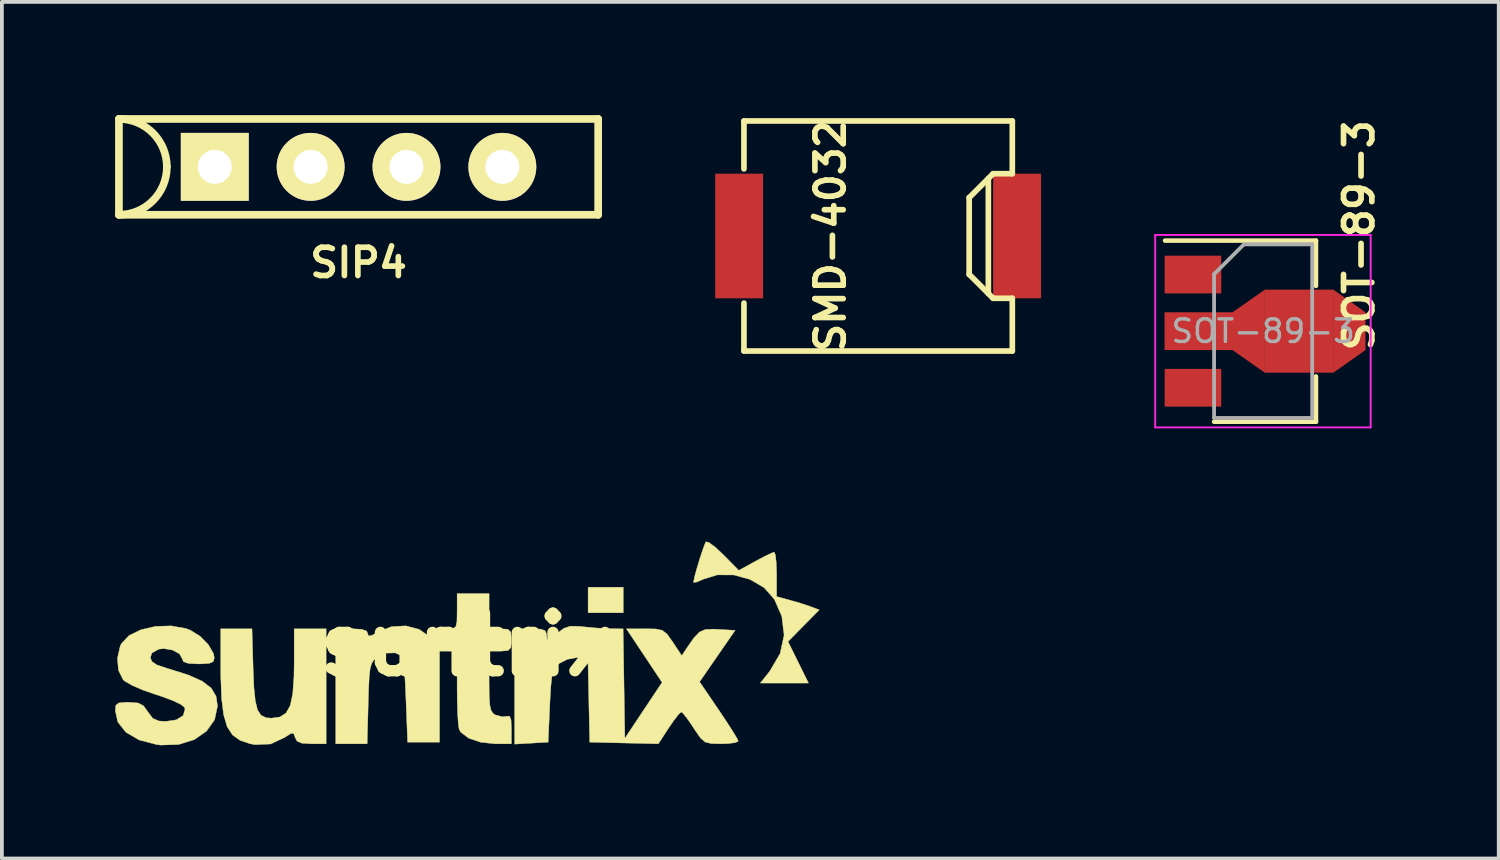
<source format=kicad_pcb>
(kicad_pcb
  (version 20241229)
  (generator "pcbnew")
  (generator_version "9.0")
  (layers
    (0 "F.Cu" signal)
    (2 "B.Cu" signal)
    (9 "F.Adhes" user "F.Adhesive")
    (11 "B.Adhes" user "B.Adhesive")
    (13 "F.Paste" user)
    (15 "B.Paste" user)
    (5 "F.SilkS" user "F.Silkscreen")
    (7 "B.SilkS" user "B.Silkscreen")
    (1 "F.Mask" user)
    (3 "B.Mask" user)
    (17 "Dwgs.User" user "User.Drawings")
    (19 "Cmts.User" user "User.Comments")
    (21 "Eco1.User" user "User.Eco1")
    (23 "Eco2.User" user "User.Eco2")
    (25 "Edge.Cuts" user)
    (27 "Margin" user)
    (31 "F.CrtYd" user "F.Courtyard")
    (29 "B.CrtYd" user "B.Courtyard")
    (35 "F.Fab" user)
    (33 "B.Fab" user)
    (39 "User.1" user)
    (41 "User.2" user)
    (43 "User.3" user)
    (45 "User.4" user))
  (footprint "SMD-4032"
    (layer "F.Cu")
    (at 20.221 3.204)
    (property "Reference" "SMD-4032" (at -1.265 0 90) (layer "F.SilkS") (effects (font (size 0.75 0.75) (thickness 0.15))))
    (attr smd)
    (fp_line (start -3.556 -3.048) (end -3.556 -1.778) (stroke (width 0.15) (type solid)) (layer "F.SilkS"))
    (fp_line (start -3.556 -3.048) (end 3.556 -3.048) (stroke (width 0.15) (type solid)) (layer "F.SilkS"))
    (fp_line (start -3.556 3.048) (end -3.556 1.778) (stroke (width 0.15) (type solid)) (layer "F.SilkS"))
    (fp_line (start 2.413 1.016) (end 2.413 -1.016) (stroke (width 0.15) (type solid)) (layer "F.SilkS"))
    (fp_line (start 2.921 -1.524) (end 2.921 1.524) (stroke (width 0.15) (type solid)) (layer "F.SilkS"))
    (fp_line (start 3.048 -1.651) (end 2.413 -1.016) (stroke (width 0.15) (type solid)) (layer "F.SilkS"))
    (fp_line (start 3.048 1.651) (end 2.413 1.016) (stroke (width 0.15) (type solid)) (layer "F.SilkS"))
    (fp_line (start 3.556 -1.651) (end 3.048 -1.651) (stroke (width 0.15) (type solid)) (layer "F.SilkS"))
    (fp_line (start 3.556 -1.651) (end 3.556 -3.048) (stroke (width 0.15) (type solid)) (layer "F.SilkS"))
    (fp_line (start 3.556 1.651) (end 3.048 1.651) (stroke (width 0.15) (type solid)) (layer "F.SilkS"))
    (fp_line (start 3.556 3.048) (end -3.556 3.048) (stroke (width 0.15) (type solid)) (layer "F.SilkS"))
    (fp_line (start 3.556 3.048) (end 3.556 1.651) (stroke (width 0.15) (type solid)) (layer "F.SilkS"))
    (pad "1" smd rect (at -3.683 0) (size 1.27 3.302) (layers "F.Cu" "F.Mask" "F.Paste"))
    (pad "2" smd rect (at 3.683 0) (size 1.27 3.302) (layers "F.Cu" "F.Mask" "F.Paste")))
  (footprint "suntrix"
    (layer "F.Cu")
    (at 9.318 14.036)
    (property "Reference" "suntrix" (at 0 0 0) (layer "F.SilkS") (effects (font (size 1.524 1.524) (thickness 0.3))))
    (attr through_hole)
    (fp_poly (pts (xy 4.149 -0.847) (xy 3.217 -0.847) (xy 3.217 -1.524) (xy 4.149 -1.524) (xy 4.149 -0.847)) (stroke (width 0.01) (type solid)) (fill yes) (layer "F.SilkS"))
    (fp_poly (pts (xy -5.66 0.622) (xy -5.639 1.13) (xy -5.602 1.491) (xy -5.542 1.73) (xy -5.45 1.87) (xy -5.318 1.934) (xy -5.175 1.946) (xy -4.952 1.915) (xy -4.788 1.81) (xy -4.677 1.611) (xy -4.61 1.299) (xy -4.578 0.853) (xy -4.572 0.46) (xy -4.572 -0.423) (xy -3.725 -0.423) (xy -3.725 2.625) (xy -4.114 2.625) (xy -4.366 2.61) (xy -4.496 2.555) (xy -4.546 2.459) (xy -4.585 2.352) (xy -4.653 2.347) (xy -4.803 2.443) (xy -4.814 2.451) (xy -5.193 2.63) (xy -5.606 2.648) (xy -5.74 2.624) (xy -6.005 2.535) (xy -6.205 2.392) (xy -6.348 2.173) (xy -6.442 1.857) (xy -6.496 1.423) (xy -6.517 0.85) (xy -6.519 0.614) (xy -6.519 -0.423) (xy -5.69 -0.423) (xy -5.66 0.622)) (stroke (width 0.01) (type solid)) (fill yes) (layer "F.SilkS"))
    (fp_poly (pts (xy 6.425 -2.706) (xy 6.588 -2.584) (xy 6.797 -2.39) (xy 6.805 -2.381) (xy 7.211 -1.97) (xy 7.648 -2.211) (xy 7.893 -2.341) (xy 8.078 -2.429) (xy 8.149 -2.454) (xy 8.181 -2.377) (xy 8.203 -2.174) (xy 8.213 -1.887) (xy 8.213 -1.866) (xy 8.213 -1.277) (xy 8.562 -1.182) (xy 8.84 -1.102) (xy 9.087 -1.021) (xy 9.127 -1.006) (xy 9.343 -0.924) (xy 8.929 -0.504) (xy 8.515 -0.084) (xy 9.058 1.016) (xy 7.781 1.016) (xy 8.033 0.699) (xy 8.305 0.234) (xy 8.411 -0.253) (xy 8.35 -0.754) (xy 8.154 -1.203) (xy 7.883 -1.512) (xy 7.508 -1.731) (xy 7.078 -1.849) (xy 6.64 -1.851) (xy 6.261 -1.733) (xy 6.094 -1.661) (xy 6.013 -1.652) (xy 6.011 -1.657) (xy 6.035 -1.787) (xy 6.096 -2.012) (xy 6.175 -2.275) (xy 6.256 -2.52) (xy 6.32 -2.69) (xy 6.342 -2.73) (xy 6.425 -2.706)) (stroke (width 0.01) (type solid)) (fill yes) (layer "F.SilkS"))
    (fp_poly (pts (xy -7.441 -0.43) (xy -7.335 -0.391) (xy -7.071 -0.23) (xy -6.848 -0.005) (xy -6.711 0.232) (xy -6.689 0.35) (xy -6.715 0.445) (xy -6.82 0.493) (xy -7.045 0.508) (xy -7.112 0.508) (xy -7.377 0.495) (xy -7.507 0.448) (xy -7.535 0.379) (xy -7.61 0.242) (xy -7.794 0.141) (xy -8.027 0.102) (xy -8.164 0.118) (xy -8.343 0.221) (xy -8.382 0.338) (xy -8.344 0.446) (xy -8.208 0.535) (xy -7.942 0.625) (xy -7.895 0.638) (xy -7.377 0.801) (xy -7.009 0.966) (xy -6.77 1.149) (xy -6.642 1.365) (xy -6.604 1.624) (xy -6.681 1.989) (xy -6.896 2.291) (xy -7.221 2.515) (xy -7.633 2.643) (xy -8.104 2.659) (xy -8.213 2.646) (xy -8.682 2.524) (xy -9.031 2.32) (xy -9.247 2.047) (xy -9.313 1.744) (xy -9.298 1.605) (xy -9.219 1.542) (xy -9.031 1.525) (xy -8.954 1.525) (xy -8.709 1.543) (xy -8.562 1.62) (xy -8.449 1.779) (xy -8.322 1.95) (xy -8.158 2.021) (xy -7.973 2.032) (xy -7.692 1.989) (xy -7.513 1.874) (xy -7.465 1.71) (xy -7.478 1.659) (xy -7.576 1.581) (xy -7.796 1.477) (xy -8.1 1.364) (xy -8.235 1.321) (xy -8.578 1.202) (xy -8.872 1.074) (xy -9.069 0.96) (xy -9.104 0.929) (xy -9.228 0.68) (xy -9.256 0.36) (xy -9.183 0.038) (xy -9.149 -0.033) (xy -8.949 -0.244) (xy -8.632 -0.398) (xy -8.245 -0.487) (xy -7.832 -0.5) (xy -7.441 -0.43)) (stroke (width 0.01) (type solid)) (fill yes) (layer "F.SilkS"))
    (fp_poly (pts (xy 2.987 -0.487) (xy 3.087 -0.476) (xy 3.414 -0.445) (xy 3.731 -0.426) (xy 3.829 -0.424) (xy 4.145 -0.423) (xy 4.191 2.481) (xy 4.684 1.739) (xy 5.178 0.998) (xy 4.705 0.287) (xy 4.232 -0.423) (xy 4.73 -0.423) (xy 5.011 -0.418) (xy 5.184 -0.381) (xy 5.308 -0.284) (xy 5.442 -0.098) (xy 5.463 -0.067) (xy 5.699 0.29) (xy 5.834 0.086) (xy 6.021 -0.183) (xy 6.168 -0.336) (xy 6.325 -0.404) (xy 6.541 -0.414) (xy 6.669 -0.407) (xy 7.114 -0.381) (xy 6.642 0.301) (xy 6.171 0.983) (xy 6.684 1.735) (xy 6.893 2.049) (xy 7.062 2.312) (xy 7.169 2.492) (xy 7.197 2.556) (xy 7.12 2.594) (xy 6.923 2.619) (xy 6.74 2.625) (xy 6.482 2.619) (xy 6.32 2.579) (xy 6.195 2.471) (xy 6.049 2.261) (xy 6.011 2.201) (xy 5.858 1.976) (xy 5.738 1.823) (xy 5.685 1.78) (xy 5.613 1.846) (xy 5.483 2.015) (xy 5.354 2.203) (xy 5.079 2.625) (xy 4.169 2.604) (xy 3.26 2.582) (xy 3.236 1.46) (xy 3.212 0.339) (xy 2.928 0.339) (xy 2.664 0.388) (xy 2.444 0.5) (xy 2.356 0.584) (xy 2.296 0.69) (xy 2.256 0.853) (xy 2.229 1.107) (xy 2.207 1.486) (xy 2.201 1.622) (xy 2.159 2.582) (xy 1.27 2.634) (xy 1.27 -0.423) (xy 1.693 -0.423) (xy 1.946 -0.415) (xy 2.073 -0.378) (xy 2.114 -0.294) (xy 2.117 -0.246) (xy 2.126 -0.143) (xy 2.177 -0.135) (xy 2.306 -0.229) (xy 2.389 -0.298) (xy 2.576 -0.436) (xy 2.749 -0.492) (xy 2.987 -0.487)) (stroke (width 0.01) (type solid)) (fill yes) (layer "F.SilkS"))
    (fp_poly (pts (xy 0.593 -0.423) (xy 0.889 -0.423) (xy 1.088 -0.41) (xy 1.169 -0.336) (xy 1.185 -0.15) (xy 1.185 -0.127) (xy 1.172 0.072) (xy 1.098 0.153) (xy 0.912 0.169) (xy 0.889 0.169) (xy 0.593 0.169) (xy 0.593 0.971) (xy 0.597 1.351) (xy 0.612 1.597) (xy 0.647 1.744) (xy 0.706 1.826) (xy 0.756 1.859) (xy 0.947 1.909) (xy 1.052 1.896) (xy 1.135 1.893) (xy 1.175 1.991) (xy 1.185 2.223) (xy 1.185 2.235) (xy 1.185 2.625) (xy 0.758 2.625) (xy 0.374 2.585) (xy 0.056 2.478) (xy -0.154 2.321) (xy -0.201 2.24) (xy -0.222 2.103) (xy -0.24 1.838) (xy -0.251 1.483) (xy -0.254 1.136) (xy -0.254 0.169) (xy -0.487 0.169) (xy -0.72 0.169) (xy -0.72 2.582) (xy -1.566 2.582) (xy -1.609 1.467) (xy -1.627 1.05) (xy -1.649 0.698) (xy -1.671 0.442) (xy -1.69 0.317) (xy -1.694 0.31) (xy -1.894 0.216) (xy -2.149 0.222) (xy -2.376 0.326) (xy -2.462 0.405) (xy -2.521 0.499) (xy -2.56 0.64) (xy -2.584 0.861) (xy -2.6 1.193) (xy -2.61 1.559) (xy -2.638 2.625) (xy -3.471 2.625) (xy -3.471 -0.423) (xy -3.048 -0.423) (xy -2.781 -0.409) (xy -2.651 -0.362) (xy -2.625 -0.298) (xy -2.599 -0.23) (xy -2.499 -0.255) (xy -2.349 -0.34) (xy -1.99 -0.48) (xy -1.61 -0.5) (xy -1.258 -0.407) (xy -0.978 -0.21) (xy -0.88 -0.075) (xy -0.803 0.054) (xy -0.772 0.044) (xy -0.765 -0.119) (xy -0.765 -0.148) (xy -0.746 -0.338) (xy -0.66 -0.412) (xy -0.508 -0.423) (xy -0.363 -0.431) (xy -0.287 -0.482) (xy -0.259 -0.619) (xy -0.254 -0.882) (xy -0.254 -1.355) (xy 0.593 -1.355) (xy 0.593 -0.423)) (stroke (width 0.01) (type solid)) (fill yes) (layer "F.SilkS")))
  (footprint "SOT-89-3"
    (layer "F.Cu")
    (at 30.044 5.726)
    (property "Reference" "SOT-89-3" (at 2.921 -2.54 270) (layer "F.SilkS") (effects (font (size 0.75 0.75) (thickness 0.15))))
    (attr smd)
    (fp_line (start -2.22 -2.4) (end 1.78 -2.4) (stroke (width 0.12) (type solid)) (layer "F.SilkS"))
    (fp_line (start 1.78 -2.4) (end 1.78 -1.2) (stroke (width 0.12) (type solid)) (layer "F.SilkS"))
    (fp_line (start 1.78 1.2) (end 1.78 2.4) (stroke (width 0.12) (type solid)) (layer "F.SilkS"))
    (fp_line (start 1.78 2.4) (end -0.92 2.4) (stroke (width 0.12) (type solid)) (layer "F.SilkS"))
    (fp_line (start -2.48 2.55) (end -2.48 -2.55) (stroke (width 0.05) (type solid)) (layer "F.CrtYd"))
    (fp_line (start -2.48 2.55) (end 3.23 2.55) (stroke (width 0.05) (type solid)) (layer "F.CrtYd"))
    (fp_line (start 3.23 -2.55) (end -2.48 -2.55) (stroke (width 0.05) (type solid)) (layer "F.CrtYd"))
    (fp_line (start 3.23 -2.55) (end 3.23 2.55) (stroke (width 0.05) (type solid)) (layer "F.CrtYd"))
    (fp_line (start -0.92 -1.51) (end -0.13 -2.3) (stroke (width 0.1) (type solid)) (layer "F.Fab"))
    (fp_line (start -0.92 2.3) (end -0.92 -1.51) (stroke (width 0.1) (type solid)) (layer "F.Fab"))
    (fp_line (start -0.13 -2.3) (end 1.68 -2.3) (stroke (width 0.1) (type solid)) (layer "F.Fab"))
    (fp_line (start 1.68 -2.3) (end 1.68 2.3) (stroke (width 0.1) (type solid)) (layer "F.Fab"))
    (fp_line (start 1.68 2.3) (end -0.92 2.3) (stroke (width 0.1) (type solid)) (layer "F.Fab"))
    (fp_text user "${REFERENCE}" (at 0.38 0 0) (layer "F.Fab") (effects (font (size 0.6 0.6) (thickness 0.09))))
    (pad "1" smd rect (at -1.48 -1.5 270) (size 1 1.5) (layers "F.Cu" "F.Mask" "F.Paste"))
    (pad "2" smd rect (at -1.333 0 270) (size 1 1.8) (layers "F.Cu" "F.Mask" "F.Paste"))
    (pad "2" smd trapezoid (at -0.076 0 90) (size 1.5 1) (rect_delta 0 0.7) (layers "F.Cu" "F.Mask" "F.Paste"))
    (pad "2" smd rect (at 1.333 0 270) (size 2.2 1.84) (layers "F.Cu" "F.Mask" "F.Paste"))
    (pad "2" smd trapezoid (at 2.667 0 270) (size 1.6 0.85) (rect_delta 0 0.6) (layers "F.Cu" "F.Mask" "F.Paste"))
    (pad "3" smd rect (at -1.48 1.5 270) (size 1 1.5) (layers "F.Cu" "F.Mask" "F.Paste")))
  (footprint "SIP4"
    (layer "F.Cu")
    (at 6.452 1.372)
    (property "Reference" "SIP4" (at 0 2.54 0) (layer "F.SilkS") (effects (font (size 0.75 0.75) (thickness 0.15))))
    (attr through_hole)
    (fp_line (start -6.35 -1.27) (end -6.35 1.27) (stroke (width 0.203) (type solid)) (layer "F.SilkS"))
    (fp_line (start -6.35 -1.27) (end 6.35 -1.27) (stroke (width 0.203) (type solid)) (layer "F.SilkS"))
    (fp_line (start 6.35 -1.27) (end 6.35 1.27) (stroke (width 0.203) (type solid)) (layer "F.SilkS"))
    (fp_line (start 6.35 1.27) (end -6.35 1.27) (stroke (width 0.203) (type solid)) (layer "F.SilkS"))
    (fp_arc (start -6.35 -1.27) (mid -5.451974 -0.898026) (end -5.08 0) (stroke (width 0.2032) (type solid)) (layer "F.SilkS"))
    (fp_arc (start -5.08 0) (mid -5.451974 0.898026) (end -6.35 1.27) (stroke (width 0.2032) (type solid)) (layer "F.SilkS"))
    (pad "1" thru_hole rect (at -3.81 0) (size 1.8 1.8) (drill 0.9) (layers "*.Cu" "*.Mask" "F.SilkS"))
    (pad "2" thru_hole circle (at -1.27 0) (size 1.8 1.8) (drill 0.9) (layers "*.Cu" "*.Mask" "F.SilkS"))
    (pad "3" thru_hole circle (at 1.27 0) (size 1.8 1.8) (drill 0.9) (layers "*.Cu" "*.Mask" "F.SilkS"))
    (pad "4" thru_hole circle (at 3.81 0) (size 1.8 1.8) (drill 0.9) (layers "*.Cu" "*.Mask" "F.SilkS")))
  (gr_rect
    (start -3 -3)
    (end 36.667 19.7)
    (stroke (width 0.1) (type default))
    (fill no)
    (layer "Edge.Cuts")))
</source>
